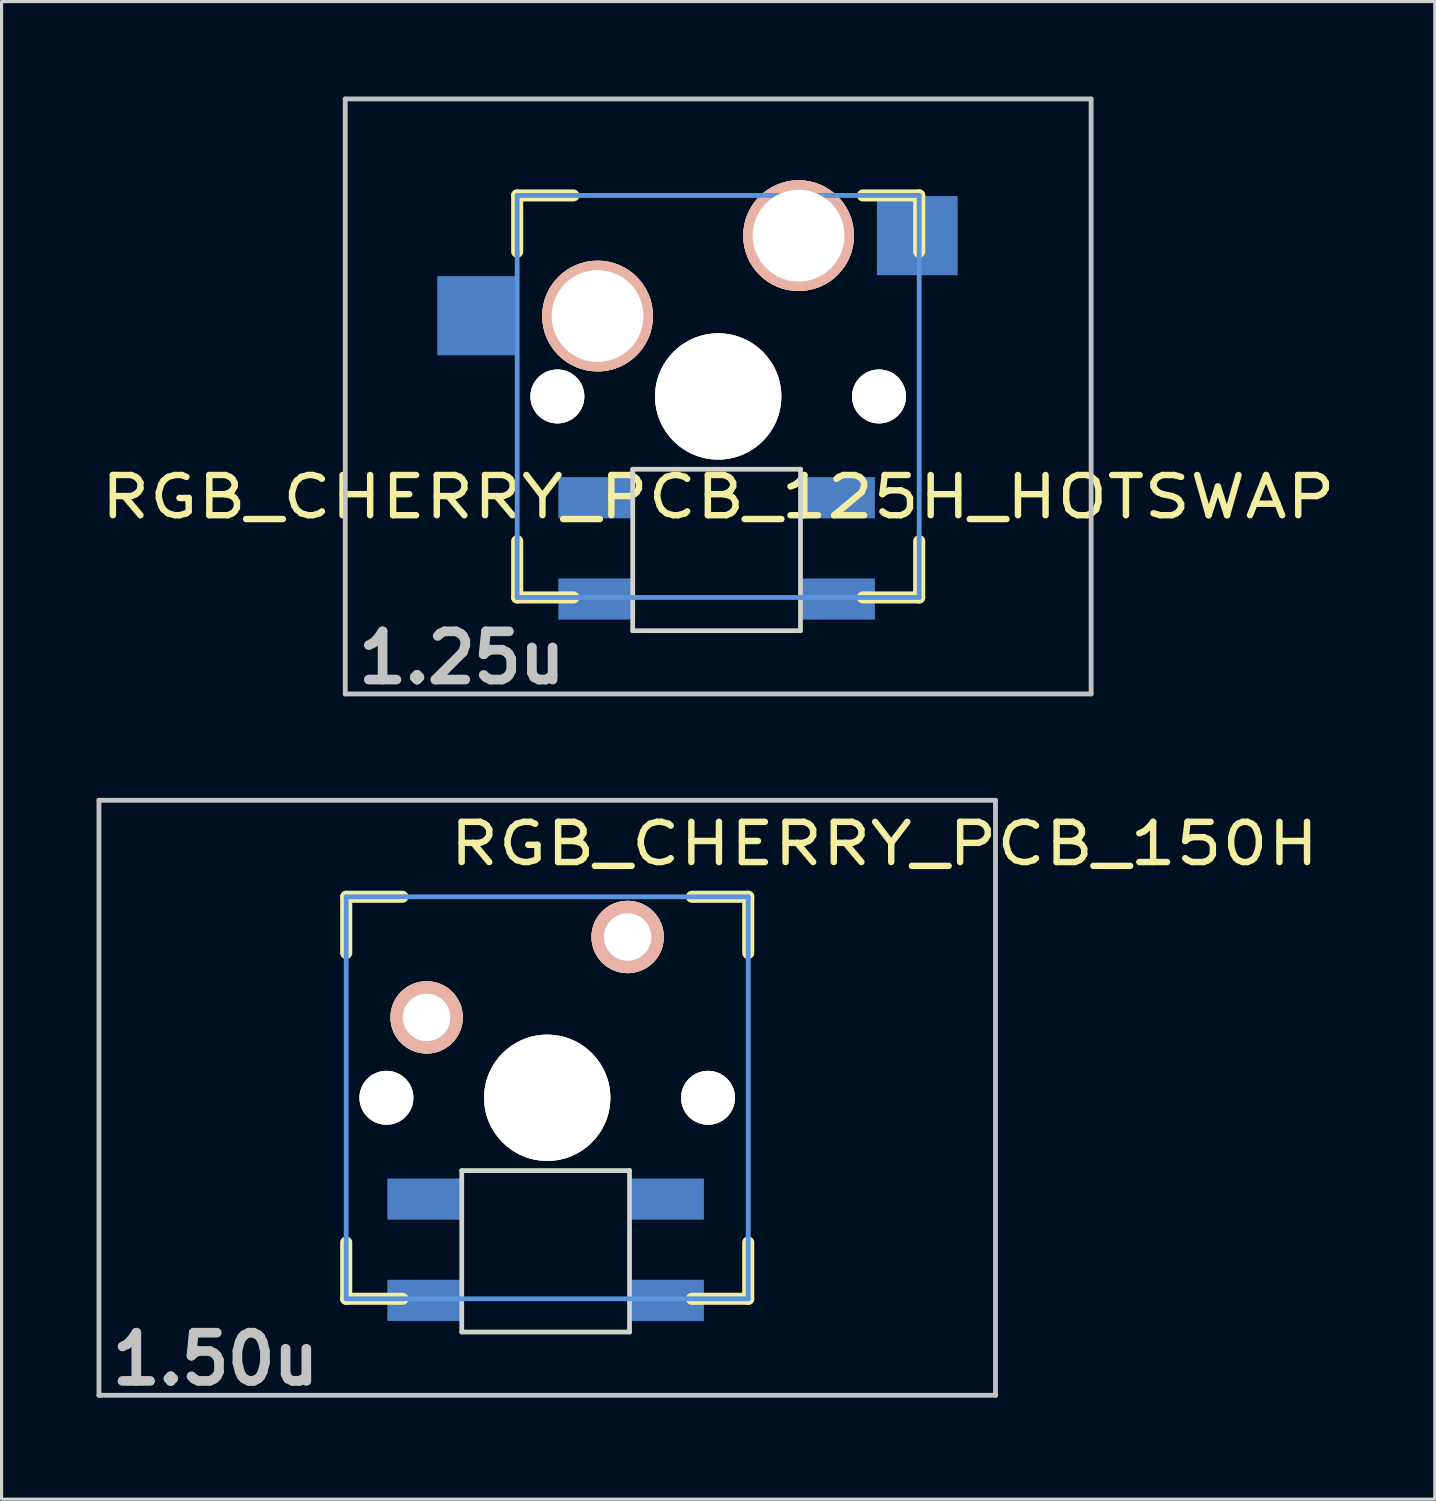
<source format=kicad_pcb>
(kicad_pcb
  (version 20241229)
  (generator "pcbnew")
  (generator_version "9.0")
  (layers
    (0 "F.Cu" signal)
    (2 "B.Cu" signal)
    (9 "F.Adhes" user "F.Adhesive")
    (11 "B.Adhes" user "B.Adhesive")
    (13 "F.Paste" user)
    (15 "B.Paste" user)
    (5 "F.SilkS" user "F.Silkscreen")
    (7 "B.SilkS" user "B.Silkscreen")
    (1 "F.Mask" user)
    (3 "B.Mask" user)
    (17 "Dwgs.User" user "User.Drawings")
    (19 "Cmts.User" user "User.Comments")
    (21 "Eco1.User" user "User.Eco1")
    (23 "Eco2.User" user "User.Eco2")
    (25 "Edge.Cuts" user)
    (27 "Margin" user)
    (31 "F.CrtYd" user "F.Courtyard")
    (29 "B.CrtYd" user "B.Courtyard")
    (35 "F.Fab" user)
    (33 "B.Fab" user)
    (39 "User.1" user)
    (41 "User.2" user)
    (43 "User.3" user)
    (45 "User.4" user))
  (footprint "RGB_CHERRY_PCB_125H_HOTSWAP"
    (layer "F.Cu")
    (at 19.638 9.474)
    (property "Reference" "RGB_CHERRY_PCB_125H_HOTSWAP" (at 0 3.175 0) (layer "F.SilkS") (effects (font (size 1.27 1.524) (thickness 0.203))))
    (attr through_hole)
    (fp_line (start -6.35 -6.35) (end -4.572 -6.35) (stroke (width 0.381) (type solid)) (layer "F.SilkS"))
    (fp_line (start -6.35 -4.572) (end -6.35 -6.35) (stroke (width 0.381) (type solid)) (layer "F.SilkS"))
    (fp_line (start -6.35 6.35) (end -6.35 4.572) (stroke (width 0.381) (type solid)) (layer "F.SilkS"))
    (fp_line (start -4.572 6.35) (end -6.35 6.35) (stroke (width 0.381) (type solid)) (layer "F.SilkS"))
    (fp_line (start 4.572 -6.35) (end 6.35 -6.35) (stroke (width 0.381) (type solid)) (layer "F.SilkS"))
    (fp_line (start 6.35 -6.35) (end 6.35 -4.572) (stroke (width 0.381) (type solid)) (layer "F.SilkS"))
    (fp_line (start 6.35 4.572) (end 6.35 6.35) (stroke (width 0.381) (type solid)) (layer "F.SilkS"))
    (fp_line (start 6.35 6.35) (end 4.572 6.35) (stroke (width 0.381) (type solid)) (layer "F.SilkS"))
    (fp_line (start -11.781 -9.398) (end 11.781 -9.398) (stroke (width 0.152) (type solid)) (layer "Dwgs.User"))
    (fp_line (start -11.781 9.398) (end -11.781 -9.398) (stroke (width 0.152) (type solid)) (layer "Dwgs.User"))
    (fp_line (start 11.781 -9.398) (end 11.781 9.398) (stroke (width 0.152) (type solid)) (layer "Dwgs.User"))
    (fp_line (start 11.781 9.398) (end -11.781 9.398) (stroke (width 0.152) (type solid)) (layer "Dwgs.User"))
    (fp_line (start -6.35 -6.35) (end 6.35 -6.35) (stroke (width 0.152) (type solid)) (layer "Cmts.User"))
    (fp_line (start -6.35 6.35) (end -6.35 -6.35) (stroke (width 0.152) (type solid)) (layer "Cmts.User"))
    (fp_line (start 6.35 -6.35) (end 6.35 6.35) (stroke (width 0.152) (type solid)) (layer "Cmts.User"))
    (fp_line (start 6.35 6.35) (end -6.35 6.35) (stroke (width 0.152) (type solid)) (layer "Cmts.User"))
    (fp_line (start -6.985 -6.985) (end 6.985 -6.985) (stroke (width 0.152) (type solid)) (layer "Eco2.User"))
    (fp_line (start -6.985 6.985) (end -6.985 -6.985) (stroke (width 0.152) (type solid)) (layer "Eco2.User"))
    (fp_line (start 6.985 -6.985) (end 6.985 6.985) (stroke (width 0.152) (type solid)) (layer "Eco2.User"))
    (fp_line (start 6.985 6.985) (end -6.985 6.985) (stroke (width 0.152) (type solid)) (layer "Eco2.User"))
    (fp_line (start -2.7 2.3) (end -2.7 7.4) (stroke (width 0.15) (type solid)) (layer "Edge.Cuts"))
    (fp_line (start -2.7 2.3) (end 2.6 2.3) (stroke (width 0.15) (type solid)) (layer "Edge.Cuts"))
    (fp_line (start 2.6 2.3) (end 2.6 7.4) (stroke (width 0.15) (type solid)) (layer "Edge.Cuts"))
    (fp_line (start 2.6 7.4) (end -2.7 7.4) (stroke (width 0.15) (type solid)) (layer "Edge.Cuts"))
    (fp_text user "1.25u" (at -8.098 8.255 0) (layer "Dwgs.User") (effects (font (size 1.524 1.524) (thickness 0.305))))
    (pad "" np_thru_hole circle (at -5.08 0) (size 1.702 1.702) (drill 1.702) (layers "*.Cu" "*.SilkS" "*.Mask"))
    (pad "" np_thru_hole circle (at 0 0) (size 3.988 3.988) (drill 3.988) (layers "*.Cu" "*.SilkS" "*.Mask"))
    (pad "" np_thru_hole circle (at 5.08 0) (size 1.702 1.702) (drill 1.702) (layers "*.Cu" "*.SilkS" "*.Mask"))
    (pad "1" thru_hole circle (at 2.54 -5.08) (size 3.5 3.5) (drill 2.9) (layers "*.Cu" "*.SilkS" "*.Mask"))
    (pad "1" smd rect (at 6.29 -5.08) (size 2.55 2.5) (layers "B.Cu" "B.Mask" "B.Paste"))
    (pad "2" smd rect (at -7.6 -2.55) (size 2.55 2.5) (layers "B.Cu" "B.Mask" "B.Paste"))
    (pad "2" thru_hole circle (at -3.81 -2.54) (size 3.5 3.5) (drill 2.9) (layers "*.Cu" "*.SilkS" "*.Mask"))
    (pad "3" smd rect (at -2.8 3.2) (size 2.3 1.3) (drill (offset -1.1 0)) (layers "B.Cu" "B.Mask" "B.Paste"))
    (pad "4" smd rect (at -2.8 6.4) (size 2.3 1.3) (drill (offset -1.1 0)) (layers "B.Cu" "B.Mask" "B.Paste"))
    (pad "5" smd rect (at 2.7 6.4) (size 2.3 1.3) (drill (offset 1.1 0)) (layers "B.Cu" "B.Mask" "B.Paste"))
    (pad "6" smd rect (at 2.7 3.2) (size 2.3 1.3) (drill (offset 1.1 0)) (layers "B.Cu" "B.Mask" "B.Paste")))
  (footprint "RGB_CHERRY_PCB_150H"
    (layer "F.Cu")
    (at 14.237 31.63)
    (property "Reference" "RGB_CHERRY_PCB_150H" (at 10.65 -8.025 0) (layer "F.SilkS") (effects (font (size 1.27 1.524) (thickness 0.203))))
    (attr through_hole)
    (fp_line (start -6.35 -6.35) (end -4.572 -6.35) (stroke (width 0.381) (type solid)) (layer "F.SilkS"))
    (fp_line (start -6.35 -4.572) (end -6.35 -6.35) (stroke (width 0.381) (type solid)) (layer "F.SilkS"))
    (fp_line (start -6.35 6.35) (end -6.35 4.572) (stroke (width 0.381) (type solid)) (layer "F.SilkS"))
    (fp_line (start -4.572 6.35) (end -6.35 6.35) (stroke (width 0.381) (type solid)) (layer "F.SilkS"))
    (fp_line (start 4.572 -6.35) (end 6.35 -6.35) (stroke (width 0.381) (type solid)) (layer "F.SilkS"))
    (fp_line (start 6.35 -6.35) (end 6.35 -4.572) (stroke (width 0.381) (type solid)) (layer "F.SilkS"))
    (fp_line (start 6.35 4.572) (end 6.35 6.35) (stroke (width 0.381) (type solid)) (layer "F.SilkS"))
    (fp_line (start 6.35 6.35) (end 4.572 6.35) (stroke (width 0.381) (type solid)) (layer "F.SilkS"))
    (fp_line (start -14.161 -9.398) (end 14.161 -9.398) (stroke (width 0.152) (type solid)) (layer "Dwgs.User"))
    (fp_line (start -14.161 9.398) (end -14.161 -9.398) (stroke (width 0.152) (type solid)) (layer "Dwgs.User"))
    (fp_line (start 14.161 -9.398) (end 14.161 9.398) (stroke (width 0.152) (type solid)) (layer "Dwgs.User"))
    (fp_line (start 14.161 9.398) (end -14.161 9.398) (stroke (width 0.152) (type solid)) (layer "Dwgs.User"))
    (fp_line (start -6.35 -6.35) (end 6.35 -6.35) (stroke (width 0.152) (type solid)) (layer "Cmts.User"))
    (fp_line (start -6.35 6.35) (end -6.35 -6.35) (stroke (width 0.152) (type solid)) (layer "Cmts.User"))
    (fp_line (start 6.35 -6.35) (end 6.35 6.35) (stroke (width 0.152) (type solid)) (layer "Cmts.User"))
    (fp_line (start 6.35 6.35) (end -6.35 6.35) (stroke (width 0.152) (type solid)) (layer "Cmts.User"))
    (fp_line (start -6.985 -6.985) (end 6.985 -6.985) (stroke (width 0.152) (type solid)) (layer "Eco2.User"))
    (fp_line (start -6.985 6.985) (end -6.985 -6.985) (stroke (width 0.152) (type solid)) (layer "Eco2.User"))
    (fp_line (start 6.985 -6.985) (end 6.985 6.985) (stroke (width 0.152) (type solid)) (layer "Eco2.User"))
    (fp_line (start 6.985 6.985) (end -6.985 6.985) (stroke (width 0.152) (type solid)) (layer "Eco2.User"))
    (fp_line (start -2.7 2.3) (end -2.7 7.4) (stroke (width 0.15) (type solid)) (layer "Edge.Cuts"))
    (fp_line (start -2.7 2.3) (end 2.6 2.3) (stroke (width 0.15) (type solid)) (layer "Edge.Cuts"))
    (fp_line (start 2.6 2.3) (end 2.6 7.4) (stroke (width 0.15) (type solid)) (layer "Edge.Cuts"))
    (fp_line (start 2.6 7.4) (end -2.7 7.4) (stroke (width 0.15) (type solid)) (layer "Edge.Cuts"))
    (fp_text user "1.50u" (at -10.477 8.255 0) (layer "Dwgs.User") (effects (font (size 1.524 1.524) (thickness 0.305))))
    (pad "" np_thru_hole circle (at -5.08 0) (size 1.702 1.702) (drill 1.702) (layers "*.Cu" "*.SilkS" "*.Mask"))
    (pad "" np_thru_hole circle (at 0 0) (size 3.988 3.988) (drill 3.988) (layers "*.Cu" "*.SilkS" "*.Mask"))
    (pad "" np_thru_hole circle (at 5.08 0) (size 1.702 1.702) (drill 1.702) (layers "*.Cu" "*.SilkS" "*.Mask"))
    (pad "1" thru_hole circle (at 2.54 -5.08) (size 2.286 2.286) (drill 1.499) (layers "*.Cu" "*.SilkS" "*.Mask"))
    (pad "2" thru_hole circle (at -3.81 -2.54) (size 2.286 2.286) (drill 1.499) (layers "*.Cu" "*.SilkS" "*.Mask"))
    (pad "3" smd rect (at -2.8 3.2) (size 2.3 1.3) (drill (offset -1.1 0)) (layers "B.Cu" "B.Mask" "B.Paste"))
    (pad "4" smd rect (at -2.8 6.4) (size 2.3 1.3) (drill (offset -1.1 0)) (layers "B.Cu" "B.Mask" "B.Paste"))
    (pad "5" smd rect (at 2.7 6.4) (size 2.3 1.3) (drill (offset 1.1 0)) (layers "B.Cu" "B.Mask" "B.Paste"))
    (pad "6" smd rect (at 2.7 3.2) (size 2.3 1.3) (drill (offset 1.1 0)) (layers "B.Cu" "B.Mask" "B.Paste")))
  (gr_rect
    (start -3 -3)
    (end 42.276 44.311)
    (stroke (width 0.1) (type default))
    (fill no)
    (layer "Edge.Cuts")))
</source>
